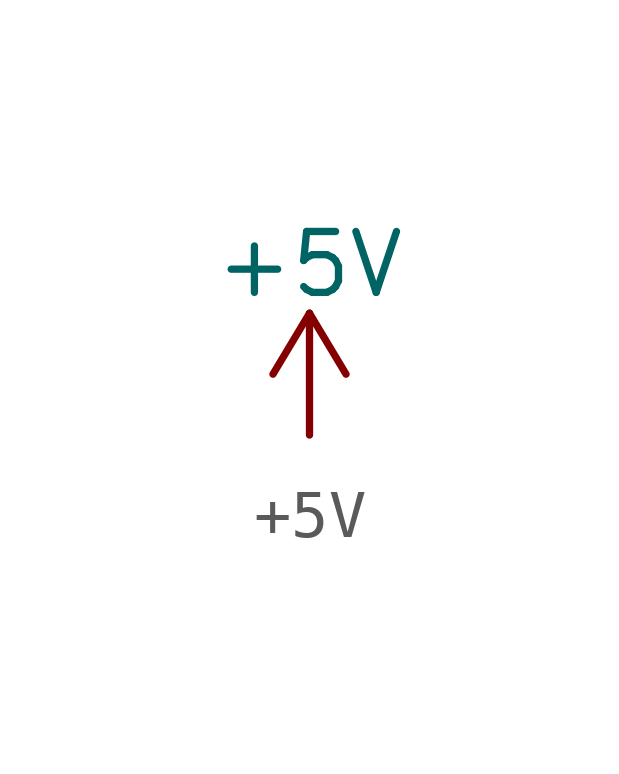
<source format=kicad_sym>
(kicad_symbol_lib
  (version 20241209)
  (generator "kicad_symbol_editor")
  (generator_version "9.0")
  (symbol "+5V"
    (power)
    (pin_names
      (offset 0))
    (property "Reference" "#PWR"
      (at 0 -3.81 0)
      (effects (font (size 1.27 1.27)) (hide yes)))
    (property "Value" "+5V"
      (at 0 3.556 0)
      (effects (font (size 1.27 1.27))))
    (symbol "+5V_0_1"
      (polyline (pts (xy -0.762 1.27) (xy 0 2.54)) (stroke (width 0) (type solid)) (fill (type none)))
      (polyline (pts (xy 0 2.54) (xy 0.762 1.27)) (stroke (width 0) (type solid)) (fill (type none)))
      (polyline (pts (xy 0 0) (xy 0 2.54)) (stroke (width 0) (type solid)) (fill (type none))))
    (symbol "+5V_1_1"
      (pin power_in line (at 0 0 90) (length 0) (hide yes) (name "+5V" (effects (font (size 1.27 1.27)))) (number "1" (effects (font (size 1.27 1.27))))))))
</source>
